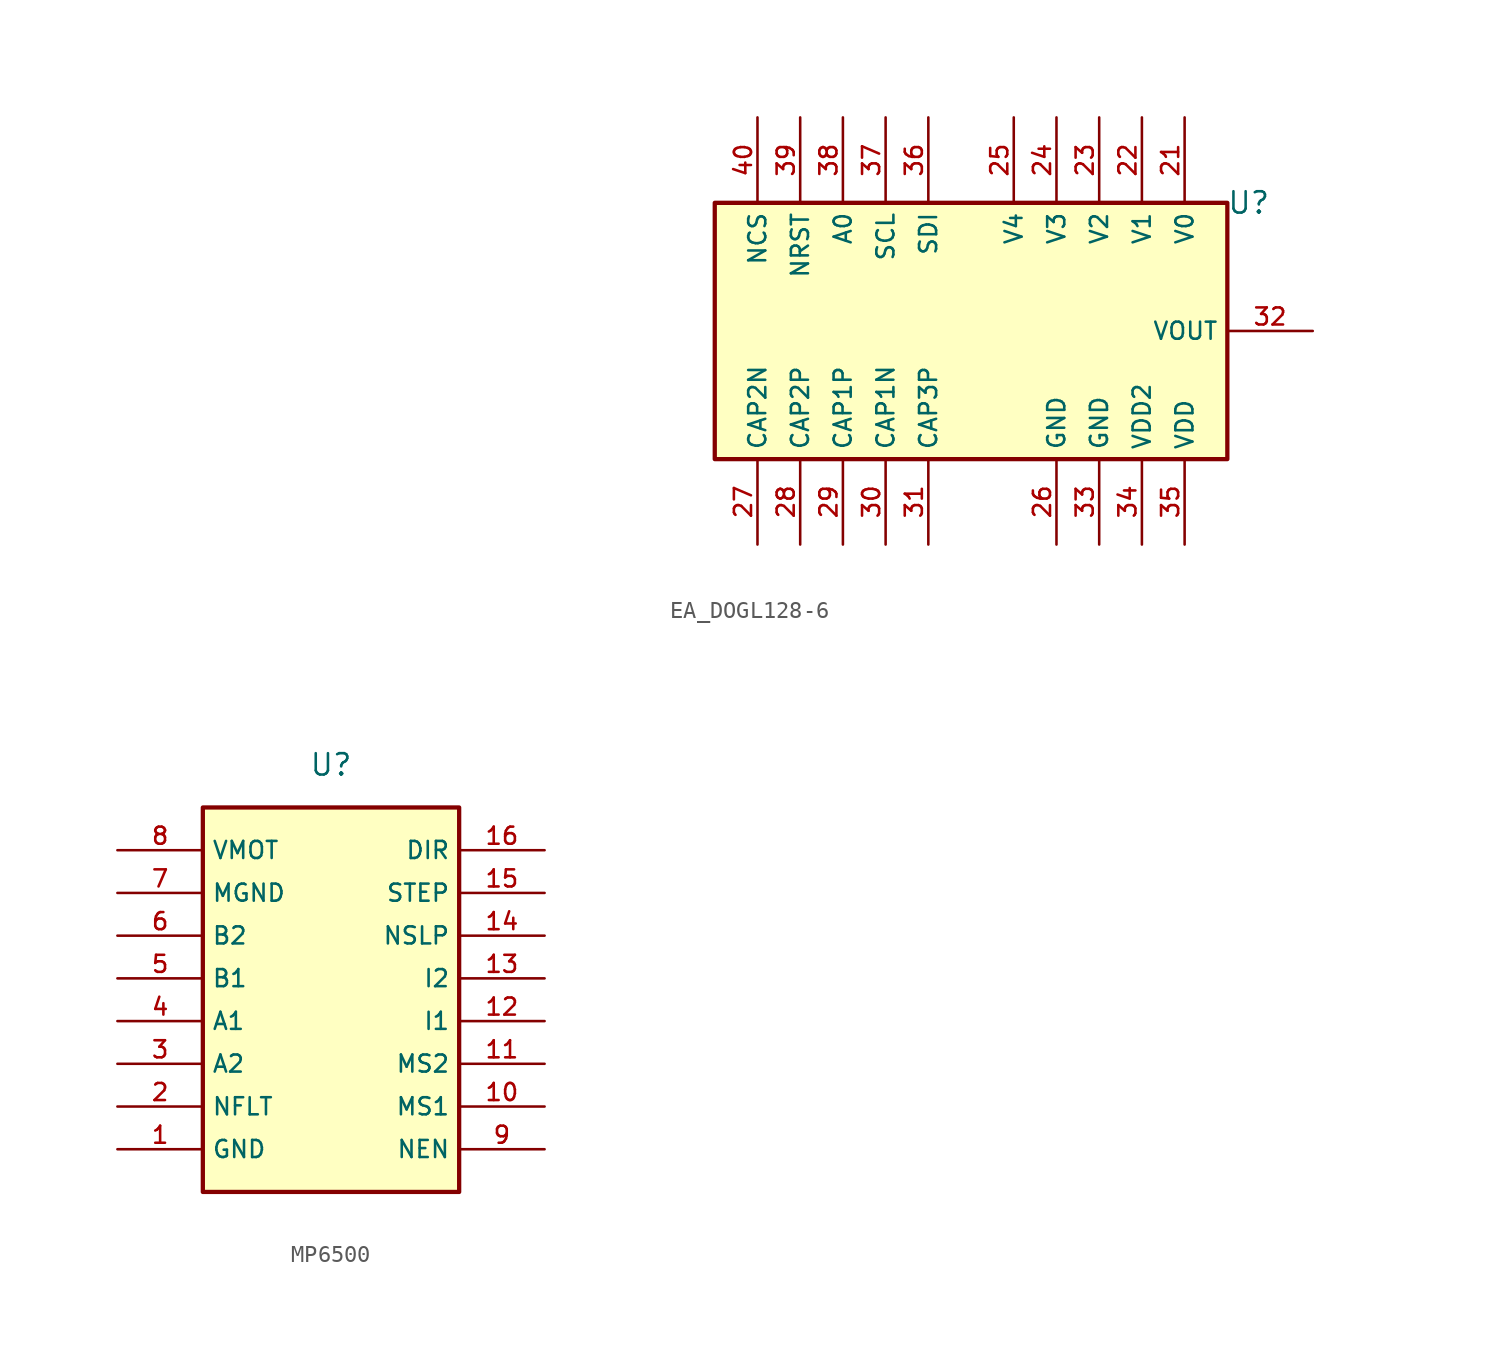
<source format=kicad_sym>
(kicad_symbol_lib
  (version 20231120)
  (generator "kicad_symbol_editor")
  (generator_version "8.0")
  (symbol "EA_DOGL128-6"
    (property "Reference" "U"
      (at 16.51 7.62 0)
      (effects (font (size 1.27 1.27))))
    (property "Value" ""
      (at 0 0 0)
      (effects (font (size 1.27 1.27))))
    (symbol "EA_DOGL128-6_0_0"
      (rectangle (start -15.24 7.62) (end 15.24 -7.62) (stroke (width 0.254) (type default)) (fill (type background))))
    (symbol "EA_DOGL128-6_1_0"
      (pin no_connect line (at -46.99 -10.16 90) (length 5.08) hide (name "NC" (effects (font (size 1.016 1.016)))) (number "1" (effects (font (size 1.016 1.016)))))
      (pin no_connect line (at -46.99 -10.16 90) (length 5.08) hide (name "NC" (effects (font (size 1.016 1.016)))) (number "2" (effects (font (size 1.016 1.016)))))
      (pin input line (at 12.7 12.7 270) (length 5.08) (name "V0" (effects (font (size 1.016 1.016)))) (number "21" (effects (font (size 1.016 1.016)))))
      (pin input line (at 10.16 12.7 270) (length 5.08) (name "V1" (effects (font (size 1.016 1.016)))) (number "22" (effects (font (size 1.016 1.016)))))
      (pin input line (at 7.62 12.7 270) (length 5.08) (name "V2" (effects (font (size 1.016 1.016)))) (number "23" (effects (font (size 1.016 1.016)))))
      (pin input line (at 5.08 12.7 270) (length 5.08) (name "V3" (effects (font (size 1.016 1.016)))) (number "24" (effects (font (size 1.016 1.016)))))
      (pin input line (at 2.54 12.7 270) (length 5.08) (name "V4" (effects (font (size 1.016 1.016)))) (number "25" (effects (font (size 1.016 1.016)))))
      (pin power_in line (at 5.08 -12.7 90) (length 5.08) (name "GND" (effects (font (size 1.016 1.016)))) (number "26" (effects (font (size 1.016 1.016)))))
      (pin input line (at -12.7 -12.7 90) (length 5.08) (name "CAP2N" (effects (font (size 1.016 1.016)))) (number "27" (effects (font (size 1.016 1.016)))))
      (pin input line (at -10.16 -12.7 90) (length 5.08) (name "CAP2P" (effects (font (size 1.016 1.016)))) (number "28" (effects (font (size 1.016 1.016)))))
      (pin input line (at -7.62 -12.7 90) (length 5.08) (name "CAP1P" (effects (font (size 1.016 1.016)))) (number "29" (effects (font (size 1.016 1.016)))))
      (pin no_connect line (at -46.99 -10.16 90) (length 5.08) hide (name "NC" (effects (font (size 1.016 1.016)))) (number "3" (effects (font (size 1.016 1.016)))))
      (pin input line (at -5.08 -12.7 90) (length 5.08) (name "CAP1N" (effects (font (size 1.016 1.016)))) (number "30" (effects (font (size 1.016 1.016)))))
      (pin input line (at -2.54 -12.7 90) (length 5.08) (name "CAP3P" (effects (font (size 1.016 1.016)))) (number "31" (effects (font (size 1.016 1.016)))))
      (pin power_out line (at 20.32 0 180) (length 5.08) (name "VOUT" (effects (font (size 1.016 1.016)))) (number "32" (effects (font (size 1.016 1.016)))))
      (pin power_in line (at 7.62 -12.7 90) (length 5.08) (name "GND" (effects (font (size 1.016 1.016)))) (number "33" (effects (font (size 1.016 1.016)))))
      (pin power_in line (at 10.16 -12.7 90) (length 5.08) (name "VDD2" (effects (font (size 1.016 1.016)))) (number "34" (effects (font (size 1.016 1.016)))))
      (pin power_in line (at 12.7 -12.7 90) (length 5.08) (name "VDD" (effects (font (size 1.016 1.016)))) (number "35" (effects (font (size 1.016 1.016)))))
      (pin input line (at -2.54 12.7 270) (length 5.08) (name "SDI" (effects (font (size 1.016 1.016)))) (number "36" (effects (font (size 1.016 1.016)))))
      (pin input line (at -5.08 12.7 270) (length 5.08) (name "SCL" (effects (font (size 1.016 1.016)))) (number "37" (effects (font (size 1.016 1.016)))))
      (pin input line (at -7.62 12.7 270) (length 5.08) (name "A0" (effects (font (size 1.016 1.016)))) (number "38" (effects (font (size 1.016 1.016)))))
      (pin input line (at -10.16 12.7 270) (length 5.08) (name "NRST" (effects (font (size 1.016 1.016)))) (number "39" (effects (font (size 1.016 1.016)))))
      (pin no_connect line (at -46.99 -10.16 90) (length 5.08) hide (name "NC" (effects (font (size 1.016 1.016)))) (number "4" (effects (font (size 1.016 1.016)))))
      (pin input line (at -12.7 12.7 270) (length 5.08) (name "NCS" (effects (font (size 1.016 1.016)))) (number "40" (effects (font (size 1.016 1.016)))))
      (pin no_connect line (at -46.99 -10.16 90) (length 5.08) hide (name "NC" (effects (font (size 1.016 1.016)))) (number "5" (effects (font (size 1.016 1.016)))))
      (pin no_connect line (at -46.99 -10.16 90) (length 5.08) hide (name "NC" (effects (font (size 1.016 1.016)))) (number "6" (effects (font (size 1.016 1.016)))))))
  (symbol "MP6500"
    (property "Reference" "U"
      (at 0 0 0)
      (effects (font (size 1.27 1.27))))
    (property "Value" ""
      (at -11.43 -16.51 90)
      (effects (font (size 1.27 1.27))))
    (symbol "MP6500_0_0"
      (rectangle (start -7.62 -2.54) (end 7.62 -25.4) (stroke (width 0.254) (type default)) (fill (type background))))
    (symbol "MP6500_1_0"
      (pin power_in line (at -12.7 -22.86 0) (length 5.08) (name "GND" (effects (font (size 1.016 1.016)))) (number "1" (effects (font (size 1.016 1.016)))))
      (pin input line (at 12.7 -20.32 180) (length 5.08) (name "MS1" (effects (font (size 1.016 1.016)))) (number "10" (effects (font (size 1.016 1.016)))))
      (pin input line (at 12.7 -17.78 180) (length 5.08) (name "MS2" (effects (font (size 1.016 1.016)))) (number "11" (effects (font (size 1.016 1.016)))))
      (pin free line (at 12.7 -15.24 180) (length 5.08) (name "I1" (effects (font (size 1.016 1.016)))) (number "12" (effects (font (size 1.016 1.016)))))
      (pin free line (at 12.7 -12.7 180) (length 5.08) (name "I2" (effects (font (size 1.016 1.016)))) (number "13" (effects (font (size 1.016 1.016)))))
      (pin input line (at 12.7 -10.16 180) (length 5.08) (name "NSLP" (effects (font (size 1.016 1.016)))) (number "14" (effects (font (size 1.016 1.016)))))
      (pin input line (at 12.7 -7.62 180) (length 5.08) (name "STEP" (effects (font (size 1.016 1.016)))) (number "15" (effects (font (size 1.016 1.016)))))
      (pin input line (at 12.7 -5.08 180) (length 5.08) (name "DIR" (effects (font (size 1.016 1.016)))) (number "16" (effects (font (size 1.016 1.016)))))
      (pin input line (at -12.7 -20.32 0) (length 5.08) (name "NFLT" (effects (font (size 1.016 1.016)))) (number "2" (effects (font (size 1.016 1.016)))))
      (pin output line (at -12.7 -17.78 0) (length 5.08) (name "A2" (effects (font (size 1.016 1.016)))) (number "3" (effects (font (size 1.016 1.016)))))
      (pin output line (at -12.7 -15.24 0) (length 5.08) (name "A1" (effects (font (size 1.016 1.016)))) (number "4" (effects (font (size 1.016 1.016)))))
      (pin output line (at -12.7 -12.7 0) (length 5.08) (name "B1" (effects (font (size 1.016 1.016)))) (number "5" (effects (font (size 1.016 1.016)))))
      (pin output line (at -12.7 -10.16 0) (length 5.08) (name "B2" (effects (font (size 1.016 1.016)))) (number "6" (effects (font (size 1.016 1.016)))))
      (pin power_in line (at -12.7 -7.62 0) (length 5.08) (name "MGND" (effects (font (size 1.016 1.016)))) (number "7" (effects (font (size 1.016 1.016)))))
      (pin power_in line (at -12.7 -5.08 0) (length 5.08) (name "VMOT" (effects (font (size 1.016 1.016)))) (number "8" (effects (font (size 1.016 1.016)))))
      (pin input line (at 12.7 -22.86 180) (length 5.08) (name "NEN" (effects (font (size 1.016 1.016)))) (number "9" (effects (font (size 1.016 1.016))))))))
</source>
